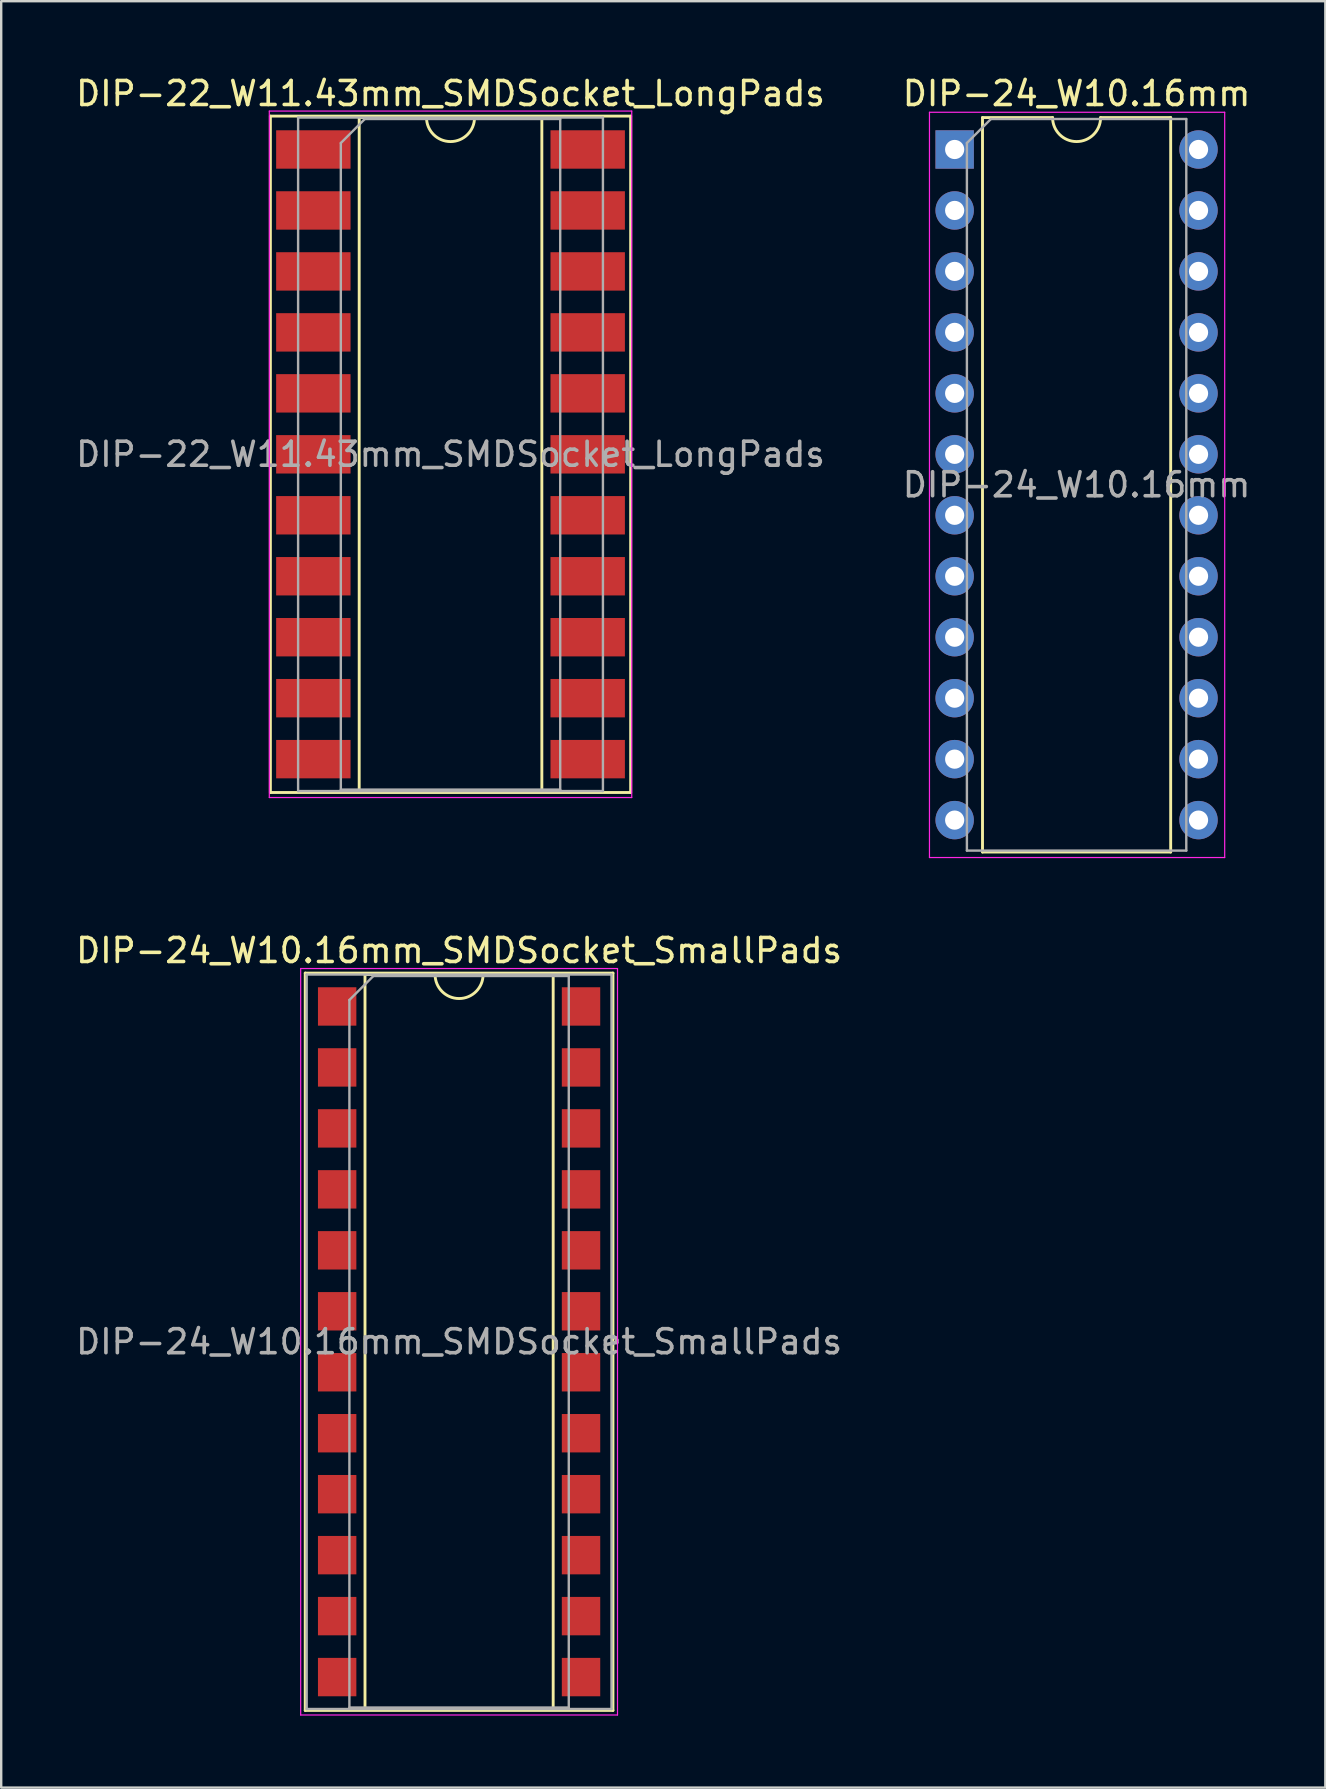
<source format=kicad_pcb>
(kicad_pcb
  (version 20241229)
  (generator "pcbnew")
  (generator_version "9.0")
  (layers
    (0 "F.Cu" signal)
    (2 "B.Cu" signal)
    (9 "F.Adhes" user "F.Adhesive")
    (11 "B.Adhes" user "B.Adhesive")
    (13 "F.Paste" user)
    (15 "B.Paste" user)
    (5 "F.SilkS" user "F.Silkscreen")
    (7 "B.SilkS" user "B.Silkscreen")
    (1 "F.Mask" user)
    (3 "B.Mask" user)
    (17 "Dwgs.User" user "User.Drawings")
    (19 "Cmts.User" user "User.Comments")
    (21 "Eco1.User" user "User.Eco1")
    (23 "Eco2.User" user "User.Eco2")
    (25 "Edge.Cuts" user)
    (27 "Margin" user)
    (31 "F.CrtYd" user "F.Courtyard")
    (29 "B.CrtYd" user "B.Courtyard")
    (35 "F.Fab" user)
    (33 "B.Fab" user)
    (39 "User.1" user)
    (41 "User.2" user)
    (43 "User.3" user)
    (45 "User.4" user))
  (footprint "DIP-24_W10.16mm"
    (layer "F.Cu")
    (at 36.724 3.178)
    (property "Reference" "DIP-24_W10.16mm" (at 5.08 -2.33 0) (layer "F.SilkS") (effects (font (size 1 1) (thickness 0.15))))
    (attr through_hole)
    (fp_line (start 1.16 -1.33) (end 1.16 29.27) (stroke (width 0.12) (type solid)) (layer "F.SilkS"))
    (fp_line (start 1.16 29.27) (end 9 29.27) (stroke (width 0.12) (type solid)) (layer "F.SilkS"))
    (fp_line (start 4.08 -1.33) (end 1.16 -1.33) (stroke (width 0.12) (type solid)) (layer "F.SilkS"))
    (fp_line (start 9 -1.33) (end 6.08 -1.33) (stroke (width 0.12) (type solid)) (layer "F.SilkS"))
    (fp_line (start 9 29.27) (end 9 -1.33) (stroke (width 0.12) (type solid)) (layer "F.SilkS"))
    (fp_arc (start 6.08 -1.33) (mid 5.08 -0.33) (end 4.08 -1.33) (stroke (width 0.12) (type solid)) (layer "F.SilkS"))
    (fp_line (start -1.05 -1.55) (end -1.05 29.5) (stroke (width 0.05) (type solid)) (layer "F.CrtYd"))
    (fp_line (start -1.05 29.5) (end 11.25 29.5) (stroke (width 0.05) (type solid)) (layer "F.CrtYd"))
    (fp_line (start 11.25 -1.55) (end -1.05 -1.55) (stroke (width 0.05) (type solid)) (layer "F.CrtYd"))
    (fp_line (start 11.25 29.5) (end 11.25 -1.55) (stroke (width 0.05) (type solid)) (layer "F.CrtYd"))
    (fp_line (start 0.51 -0.27) (end 1.51 -1.27) (stroke (width 0.1) (type solid)) (layer "F.Fab"))
    (fp_line (start 0.51 29.21) (end 0.51 -0.27) (stroke (width 0.1) (type solid)) (layer "F.Fab"))
    (fp_line (start 1.51 -1.27) (end 9.65 -1.27) (stroke (width 0.1) (type solid)) (layer "F.Fab"))
    (fp_line (start 9.65 -1.27) (end 9.65 29.21) (stroke (width 0.1) (type solid)) (layer "F.Fab"))
    (fp_line (start 9.65 29.21) (end 0.51 29.21) (stroke (width 0.1) (type solid)) (layer "F.Fab"))
    (fp_text user "${REFERENCE}" (at 5.08 13.97 0) (layer "F.Fab") (effects (font (size 1 1) (thickness 0.15))))
    (pad "1" thru_hole rect (at 0 0) (size 1.6 1.6) (drill 0.8) (layers "*.Cu" "*.Mask"))
    (pad "2" thru_hole oval (at 0 2.54) (size 1.6 1.6) (drill 0.8) (layers "*.Cu" "*.Mask"))
    (pad "3" thru_hole oval (at 0 5.08) (size 1.6 1.6) (drill 0.8) (layers "*.Cu" "*.Mask"))
    (pad "4" thru_hole oval (at 0 7.62) (size 1.6 1.6) (drill 0.8) (layers "*.Cu" "*.Mask"))
    (pad "5" thru_hole oval (at 0 10.16) (size 1.6 1.6) (drill 0.8) (layers "*.Cu" "*.Mask"))
    (pad "6" thru_hole oval (at 0 12.7) (size 1.6 1.6) (drill 0.8) (layers "*.Cu" "*.Mask"))
    (pad "7" thru_hole oval (at 0 15.24) (size 1.6 1.6) (drill 0.8) (layers "*.Cu" "*.Mask"))
    (pad "8" thru_hole oval (at 0 17.78) (size 1.6 1.6) (drill 0.8) (layers "*.Cu" "*.Mask"))
    (pad "9" thru_hole oval (at 0 20.32) (size 1.6 1.6) (drill 0.8) (layers "*.Cu" "*.Mask"))
    (pad "10" thru_hole oval (at 0 22.86) (size 1.6 1.6) (drill 0.8) (layers "*.Cu" "*.Mask"))
    (pad "11" thru_hole oval (at 0 25.4) (size 1.6 1.6) (drill 0.8) (layers "*.Cu" "*.Mask"))
    (pad "12" thru_hole oval (at 0 27.94) (size 1.6 1.6) (drill 0.8) (layers "*.Cu" "*.Mask"))
    (pad "13" thru_hole oval (at 10.16 27.94) (size 1.6 1.6) (drill 0.8) (layers "*.Cu" "*.Mask"))
    (pad "14" thru_hole oval (at 10.16 25.4) (size 1.6 1.6) (drill 0.8) (layers "*.Cu" "*.Mask"))
    (pad "15" thru_hole oval (at 10.16 22.86) (size 1.6 1.6) (drill 0.8) (layers "*.Cu" "*.Mask"))
    (pad "16" thru_hole oval (at 10.16 20.32) (size 1.6 1.6) (drill 0.8) (layers "*.Cu" "*.Mask"))
    (pad "17" thru_hole oval (at 10.16 17.78) (size 1.6 1.6) (drill 0.8) (layers "*.Cu" "*.Mask"))
    (pad "18" thru_hole oval (at 10.16 15.24) (size 1.6 1.6) (drill 0.8) (layers "*.Cu" "*.Mask"))
    (pad "19" thru_hole oval (at 10.16 12.7) (size 1.6 1.6) (drill 0.8) (layers "*.Cu" "*.Mask"))
    (pad "20" thru_hole oval (at 10.16 10.16) (size 1.6 1.6) (drill 0.8) (layers "*.Cu" "*.Mask"))
    (pad "21" thru_hole oval (at 10.16 7.62) (size 1.6 1.6) (drill 0.8) (layers "*.Cu" "*.Mask"))
    (pad "22" thru_hole oval (at 10.16 5.08) (size 1.6 1.6) (drill 0.8) (layers "*.Cu" "*.Mask"))
    (pad "23" thru_hole oval (at 10.16 2.54) (size 1.6 1.6) (drill 0.8) (layers "*.Cu" "*.Mask"))
    (pad "24" thru_hole oval (at 10.16 0) (size 1.6 1.6) (drill 0.8) (layers "*.Cu" "*.Mask")))
  (footprint "DIP-24_W10.16mm_SMDSocket_SmallPads"
    (layer "F.Cu")
    (at 16.077 52.852)
    (property "Reference" "DIP-24_W10.16mm_SMDSocket_SmallPads" (at 0 -16.3 0) (layer "F.SilkS") (effects (font (size 1 1) (thickness 0.15))))
    (attr smd)
    (fp_line (start -6.41 -15.36) (end -6.41 15.36) (stroke (width 0.12) (type solid)) (layer "F.SilkS"))
    (fp_line (start -6.41 15.36) (end 6.41 15.36) (stroke (width 0.12) (type solid)) (layer "F.SilkS"))
    (fp_line (start -3.92 -15.3) (end -3.92 15.3) (stroke (width 0.12) (type solid)) (layer "F.SilkS"))
    (fp_line (start -3.92 15.3) (end 3.92 15.3) (stroke (width 0.12) (type solid)) (layer "F.SilkS"))
    (fp_line (start -1 -15.3) (end -3.92 -15.3) (stroke (width 0.12) (type solid)) (layer "F.SilkS"))
    (fp_line (start 3.92 -15.3) (end 1 -15.3) (stroke (width 0.12) (type solid)) (layer "F.SilkS"))
    (fp_line (start 3.92 15.3) (end 3.92 -15.3) (stroke (width 0.12) (type solid)) (layer "F.SilkS"))
    (fp_line (start 6.41 -15.36) (end -6.41 -15.36) (stroke (width 0.12) (type solid)) (layer "F.SilkS"))
    (fp_line (start 6.41 15.36) (end 6.41 -15.36) (stroke (width 0.12) (type solid)) (layer "F.SilkS"))
    (fp_arc (start 1 -15.3) (mid 0 -14.3) (end -1 -15.3) (stroke (width 0.12) (type solid)) (layer "F.SilkS"))
    (fp_line (start -6.6 -15.55) (end -6.6 15.55) (stroke (width 0.05) (type solid)) (layer "F.CrtYd"))
    (fp_line (start -6.6 15.55) (end 6.6 15.55) (stroke (width 0.05) (type solid)) (layer "F.CrtYd"))
    (fp_line (start 6.6 -15.55) (end -6.6 -15.55) (stroke (width 0.05) (type solid)) (layer "F.CrtYd"))
    (fp_line (start 6.6 15.55) (end 6.6 -15.55) (stroke (width 0.05) (type solid)) (layer "F.CrtYd"))
    (fp_line (start -6.35 -15.3) (end -6.35 15.3) (stroke (width 0.1) (type solid)) (layer "F.Fab"))
    (fp_line (start -6.35 15.3) (end 6.35 15.3) (stroke (width 0.1) (type solid)) (layer "F.Fab"))
    (fp_line (start -4.57 -14.24) (end -3.57 -15.24) (stroke (width 0.1) (type solid)) (layer "F.Fab"))
    (fp_line (start -4.57 15.24) (end -4.57 -14.24) (stroke (width 0.1) (type solid)) (layer "F.Fab"))
    (fp_line (start -3.57 -15.24) (end 4.57 -15.24) (stroke (width 0.1) (type solid)) (layer "F.Fab"))
    (fp_line (start 4.57 -15.24) (end 4.57 15.24) (stroke (width 0.1) (type solid)) (layer "F.Fab"))
    (fp_line (start 4.57 15.24) (end -4.57 15.24) (stroke (width 0.1) (type solid)) (layer "F.Fab"))
    (fp_line (start 6.35 -15.3) (end -6.35 -15.3) (stroke (width 0.1) (type solid)) (layer "F.Fab"))
    (fp_line (start 6.35 15.3) (end 6.35 -15.3) (stroke (width 0.1) (type solid)) (layer "F.Fab"))
    (fp_text user "${REFERENCE}" (at 0 0 0) (layer "F.Fab") (effects (font (size 1 1) (thickness 0.15))))
    (pad "1" smd rect (at -5.08 -13.97) (size 1.6 1.6) (layers "F.Cu" "F.Mask" "F.Paste"))
    (pad "2" smd rect (at -5.08 -11.43) (size 1.6 1.6) (layers "F.Cu" "F.Mask" "F.Paste"))
    (pad "3" smd rect (at -5.08 -8.89) (size 1.6 1.6) (layers "F.Cu" "F.Mask" "F.Paste"))
    (pad "4" smd rect (at -5.08 -6.35) (size 1.6 1.6) (layers "F.Cu" "F.Mask" "F.Paste"))
    (pad "5" smd rect (at -5.08 -3.81) (size 1.6 1.6) (layers "F.Cu" "F.Mask" "F.Paste"))
    (pad "6" smd rect (at -5.08 -1.27) (size 1.6 1.6) (layers "F.Cu" "F.Mask" "F.Paste"))
    (pad "7" smd rect (at -5.08 1.27) (size 1.6 1.6) (layers "F.Cu" "F.Mask" "F.Paste"))
    (pad "8" smd rect (at -5.08 3.81) (size 1.6 1.6) (layers "F.Cu" "F.Mask" "F.Paste"))
    (pad "9" smd rect (at -5.08 6.35) (size 1.6 1.6) (layers "F.Cu" "F.Mask" "F.Paste"))
    (pad "10" smd rect (at -5.08 8.89) (size 1.6 1.6) (layers "F.Cu" "F.Mask" "F.Paste"))
    (pad "11" smd rect (at -5.08 11.43) (size 1.6 1.6) (layers "F.Cu" "F.Mask" "F.Paste"))
    (pad "12" smd rect (at -5.08 13.97) (size 1.6 1.6) (layers "F.Cu" "F.Mask" "F.Paste"))
    (pad "13" smd rect (at 5.08 13.97) (size 1.6 1.6) (layers "F.Cu" "F.Mask" "F.Paste"))
    (pad "14" smd rect (at 5.08 11.43) (size 1.6 1.6) (layers "F.Cu" "F.Mask" "F.Paste"))
    (pad "15" smd rect (at 5.08 8.89) (size 1.6 1.6) (layers "F.Cu" "F.Mask" "F.Paste"))
    (pad "16" smd rect (at 5.08 6.35) (size 1.6 1.6) (layers "F.Cu" "F.Mask" "F.Paste"))
    (pad "17" smd rect (at 5.08 3.81) (size 1.6 1.6) (layers "F.Cu" "F.Mask" "F.Paste"))
    (pad "18" smd rect (at 5.08 1.27) (size 1.6 1.6) (layers "F.Cu" "F.Mask" "F.Paste"))
    (pad "19" smd rect (at 5.08 -1.27) (size 1.6 1.6) (layers "F.Cu" "F.Mask" "F.Paste"))
    (pad "20" smd rect (at 5.08 -3.81) (size 1.6 1.6) (layers "F.Cu" "F.Mask" "F.Paste"))
    (pad "21" smd rect (at 5.08 -6.35) (size 1.6 1.6) (layers "F.Cu" "F.Mask" "F.Paste"))
    (pad "22" smd rect (at 5.08 -8.89) (size 1.6 1.6) (layers "F.Cu" "F.Mask" "F.Paste"))
    (pad "23" smd rect (at 5.08 -11.43) (size 1.6 1.6) (layers "F.Cu" "F.Mask" "F.Paste"))
    (pad "24" smd rect (at 5.08 -13.97) (size 1.6 1.6) (layers "F.Cu" "F.Mask" "F.Paste")))
  (footprint "DIP-22_W11.43mm_SMDSocket_LongPads"
    (layer "F.Cu")
    (at 15.72 15.878)
    (property "Reference" "DIP-22_W11.43mm_SMDSocket_LongPads" (at 0 -15.03 0) (layer "F.SilkS") (effects (font (size 1 1) (thickness 0.15))))
    (attr smd)
    (fp_line (start -7.505 -14.09) (end -7.505 14.09) (stroke (width 0.12) (type solid)) (layer "F.SilkS"))
    (fp_line (start -7.505 14.09) (end 7.505 14.09) (stroke (width 0.12) (type solid)) (layer "F.SilkS"))
    (fp_line (start -3.805 -14.03) (end -3.805 14.03) (stroke (width 0.12) (type solid)) (layer "F.SilkS"))
    (fp_line (start -3.805 14.03) (end 3.805 14.03) (stroke (width 0.12) (type solid)) (layer "F.SilkS"))
    (fp_line (start -1 -14.03) (end -3.805 -14.03) (stroke (width 0.12) (type solid)) (layer "F.SilkS"))
    (fp_line (start 3.805 -14.03) (end 1 -14.03) (stroke (width 0.12) (type solid)) (layer "F.SilkS"))
    (fp_line (start 3.805 14.03) (end 3.805 -14.03) (stroke (width 0.12) (type solid)) (layer "F.SilkS"))
    (fp_line (start 7.505 -14.09) (end -7.505 -14.09) (stroke (width 0.12) (type solid)) (layer "F.SilkS"))
    (fp_line (start 7.505 14.09) (end 7.505 -14.09) (stroke (width 0.12) (type solid)) (layer "F.SilkS"))
    (fp_arc (start 1 -14.03) (mid 0 -13.03) (end -1 -14.03) (stroke (width 0.12) (type solid)) (layer "F.SilkS"))
    (fp_line (start -7.55 -14.3) (end -7.55 14.3) (stroke (width 0.05) (type solid)) (layer "F.CrtYd"))
    (fp_line (start -7.55 14.3) (end 7.55 14.3) (stroke (width 0.05) (type solid)) (layer "F.CrtYd"))
    (fp_line (start 7.55 -14.3) (end -7.55 -14.3) (stroke (width 0.05) (type solid)) (layer "F.CrtYd"))
    (fp_line (start 7.55 14.3) (end 7.55 -14.3) (stroke (width 0.05) (type solid)) (layer "F.CrtYd"))
    (fp_line (start -6.35 -14.03) (end -6.35 14.03) (stroke (width 0.1) (type solid)) (layer "F.Fab"))
    (fp_line (start -6.35 14.03) (end 6.35 14.03) (stroke (width 0.1) (type solid)) (layer "F.Fab"))
    (fp_line (start -4.57 -12.97) (end -3.57 -13.97) (stroke (width 0.1) (type solid)) (layer "F.Fab"))
    (fp_line (start -4.57 13.97) (end -4.57 -12.97) (stroke (width 0.1) (type solid)) (layer "F.Fab"))
    (fp_line (start -3.57 -13.97) (end 4.57 -13.97) (stroke (width 0.1) (type solid)) (layer "F.Fab"))
    (fp_line (start 4.57 -13.97) (end 4.57 13.97) (stroke (width 0.1) (type solid)) (layer "F.Fab"))
    (fp_line (start 4.57 13.97) (end -4.57 13.97) (stroke (width 0.1) (type solid)) (layer "F.Fab"))
    (fp_line (start 6.35 -14.03) (end -6.35 -14.03) (stroke (width 0.1) (type solid)) (layer "F.Fab"))
    (fp_line (start 6.35 14.03) (end 6.35 -14.03) (stroke (width 0.1) (type solid)) (layer "F.Fab"))
    (fp_text user "${REFERENCE}" (at 0 0 0) (layer "F.Fab") (effects (font (size 1 1) (thickness 0.15))))
    (pad "1" smd rect (at -5.715 -12.7) (size 3.1 1.6) (layers "F.Cu" "F.Mask" "F.Paste"))
    (pad "2" smd rect (at -5.715 -10.16) (size 3.1 1.6) (layers "F.Cu" "F.Mask" "F.Paste"))
    (pad "3" smd rect (at -5.715 -7.62) (size 3.1 1.6) (layers "F.Cu" "F.Mask" "F.Paste"))
    (pad "4" smd rect (at -5.715 -5.08) (size 3.1 1.6) (layers "F.Cu" "F.Mask" "F.Paste"))
    (pad "5" smd rect (at -5.715 -2.54) (size 3.1 1.6) (layers "F.Cu" "F.Mask" "F.Paste"))
    (pad "6" smd rect (at -5.715 0) (size 3.1 1.6) (layers "F.Cu" "F.Mask" "F.Paste"))
    (pad "7" smd rect (at -5.715 2.54) (size 3.1 1.6) (layers "F.Cu" "F.Mask" "F.Paste"))
    (pad "8" smd rect (at -5.715 5.08) (size 3.1 1.6) (layers "F.Cu" "F.Mask" "F.Paste"))
    (pad "9" smd rect (at -5.715 7.62) (size 3.1 1.6) (layers "F.Cu" "F.Mask" "F.Paste"))
    (pad "10" smd rect (at -5.715 10.16) (size 3.1 1.6) (layers "F.Cu" "F.Mask" "F.Paste"))
    (pad "11" smd rect (at -5.715 12.7) (size 3.1 1.6) (layers "F.Cu" "F.Mask" "F.Paste"))
    (pad "12" smd rect (at 5.715 12.7) (size 3.1 1.6) (layers "F.Cu" "F.Mask" "F.Paste"))
    (pad "13" smd rect (at 5.715 10.16) (size 3.1 1.6) (layers "F.Cu" "F.Mask" "F.Paste"))
    (pad "14" smd rect (at 5.715 7.62) (size 3.1 1.6) (layers "F.Cu" "F.Mask" "F.Paste"))
    (pad "15" smd rect (at 5.715 5.08) (size 3.1 1.6) (layers "F.Cu" "F.Mask" "F.Paste"))
    (pad "16" smd rect (at 5.715 2.54) (size 3.1 1.6) (layers "F.Cu" "F.Mask" "F.Paste"))
    (pad "17" smd rect (at 5.715 0) (size 3.1 1.6) (layers "F.Cu" "F.Mask" "F.Paste"))
    (pad "18" smd rect (at 5.715 -2.54) (size 3.1 1.6) (layers "F.Cu" "F.Mask" "F.Paste"))
    (pad "19" smd rect (at 5.715 -5.08) (size 3.1 1.6) (layers "F.Cu" "F.Mask" "F.Paste"))
    (pad "20" smd rect (at 5.715 -7.62) (size 3.1 1.6) (layers "F.Cu" "F.Mask" "F.Paste"))
    (pad "21" smd rect (at 5.715 -10.16) (size 3.1 1.6) (layers "F.Cu" "F.Mask" "F.Paste"))
    (pad "22" smd rect (at 5.715 -12.7) (size 3.1 1.6) (layers "F.Cu" "F.Mask" "F.Paste")))
  (gr_rect
    (start -3 -3)
    (end 52.167 71.427)
    (stroke (width 0.1) (type default))
    (fill no)
    (layer "Edge.Cuts")))
</source>
